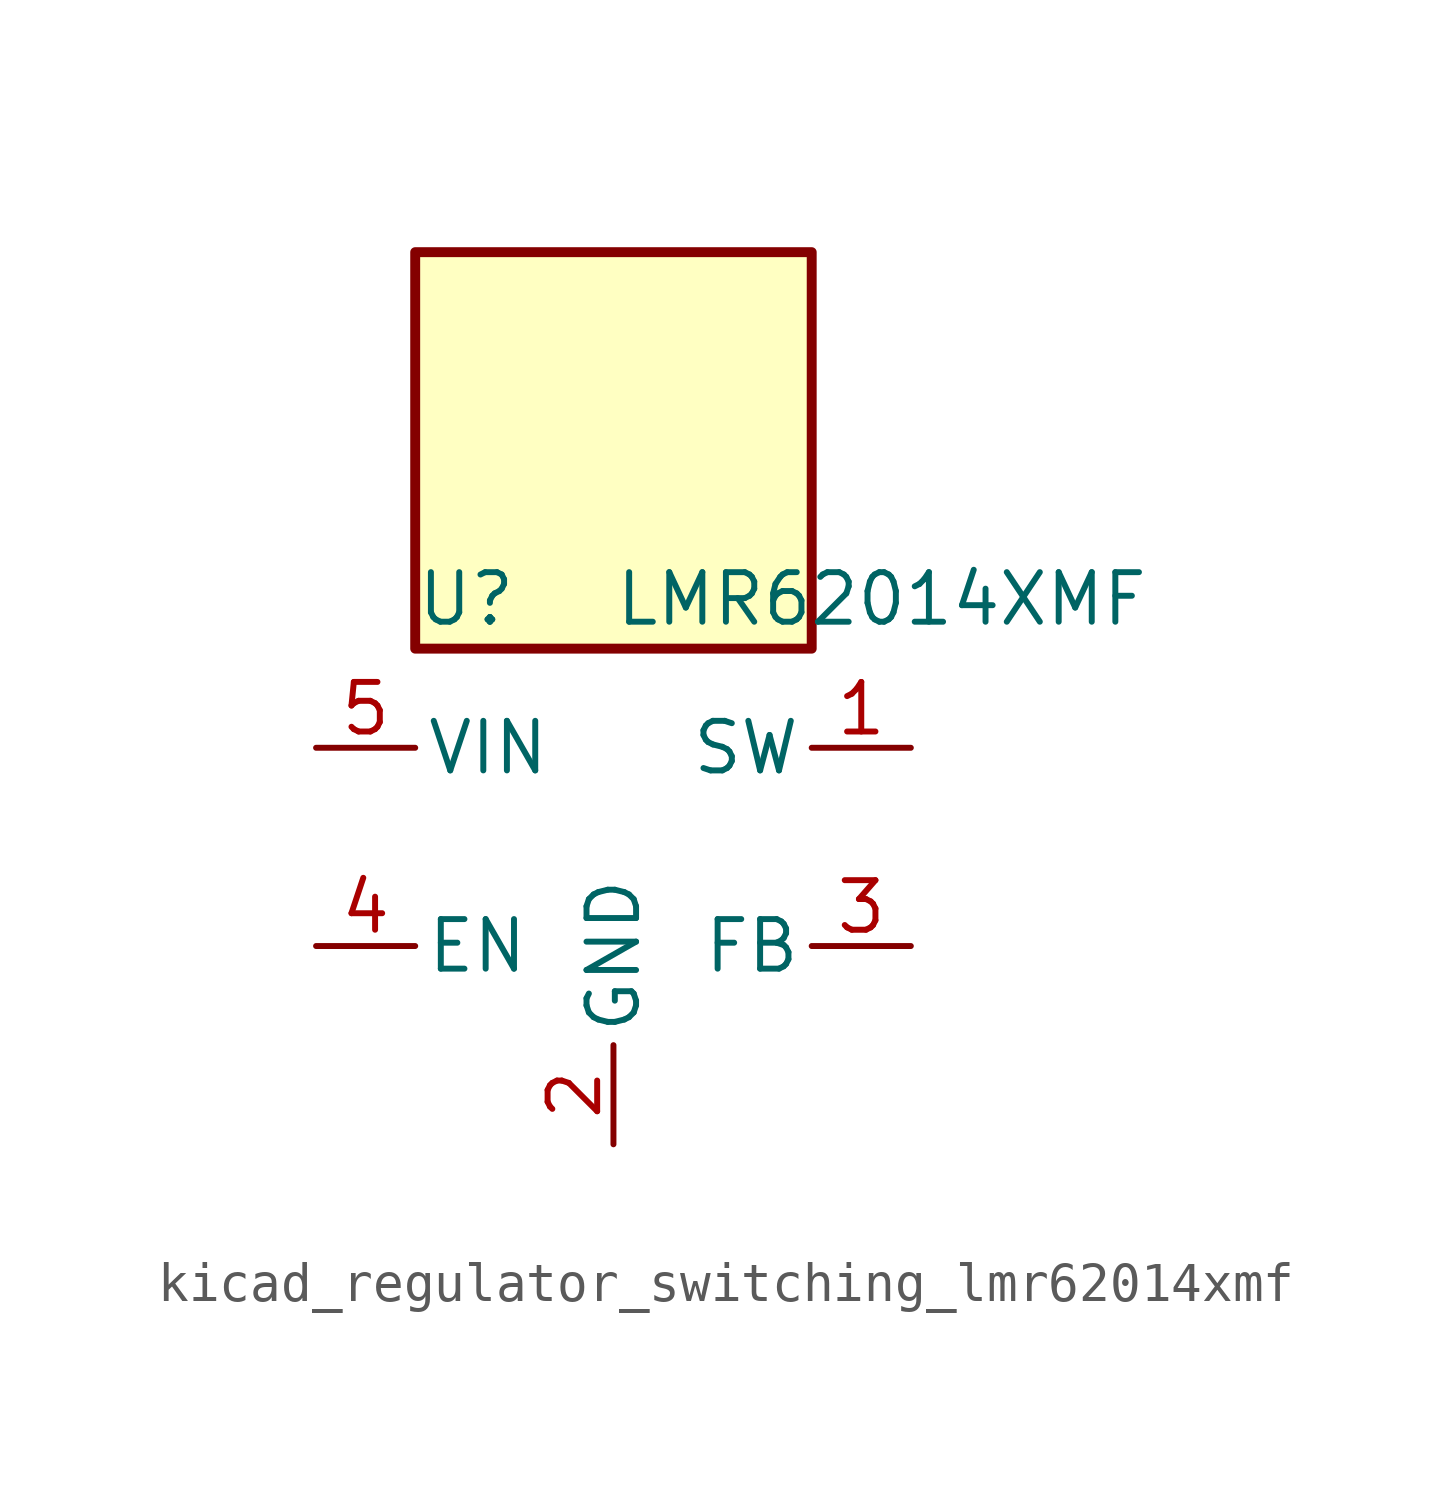
<source format=kicad_sym>
(kicad_symbol_lib
  (version 20220914)
  (generator kicad_symbol_editor)
  (symbol "kicad_regulator_switching_lmr62014xmf"
    (pin_names
      (offset 0.254))
    (property "Reference" "U"
      (at -5.08 6.35 0)
      (effects (font (size 1.27 1.27)) (justify left)))
    (property "Value" "LMR62014XMF"
      (at 0 6.35 0)
      (effects (font (size 1.27 1.27)) (justify left)))
    (symbol "kicad_regulator_switching_lmr62014xmf_0_1"
      (rectangle (start 5.08 15.24) (end -5.08 5.08) (stroke (width 0.254) (type default)) (fill (type background))))
    (symbol "kicad_regulator_switching_lmr62014xmf_1_1"
      (pin output line (at 7.62 2.54 180) (length 2.54) (name "SW" (effects (font (size 1.27 1.27)))) (number "1" (effects (font (size 1.27 1.27)))))
      (pin power_in line (at 0 -7.62 90) (length 2.54) (name "GND" (effects (font (size 1.27 1.27)))) (number "2" (effects (font (size 1.27 1.27)))))
      (pin input line (at 7.62 -2.54 180) (length 2.54) (name "FB" (effects (font (size 1.27 1.27)))) (number "3" (effects (font (size 1.27 1.27)))))
      (pin input line (at -7.62 -2.54 0) (length 2.54) (name "EN" (effects (font (size 1.27 1.27)))) (number "4" (effects (font (size 1.27 1.27)))))
      (pin input line (at -7.62 2.54 0) (length 2.54) (name "VIN" (effects (font (size 1.27 1.27)))) (number "5" (effects (font (size 1.27 1.27))))))))
</source>
